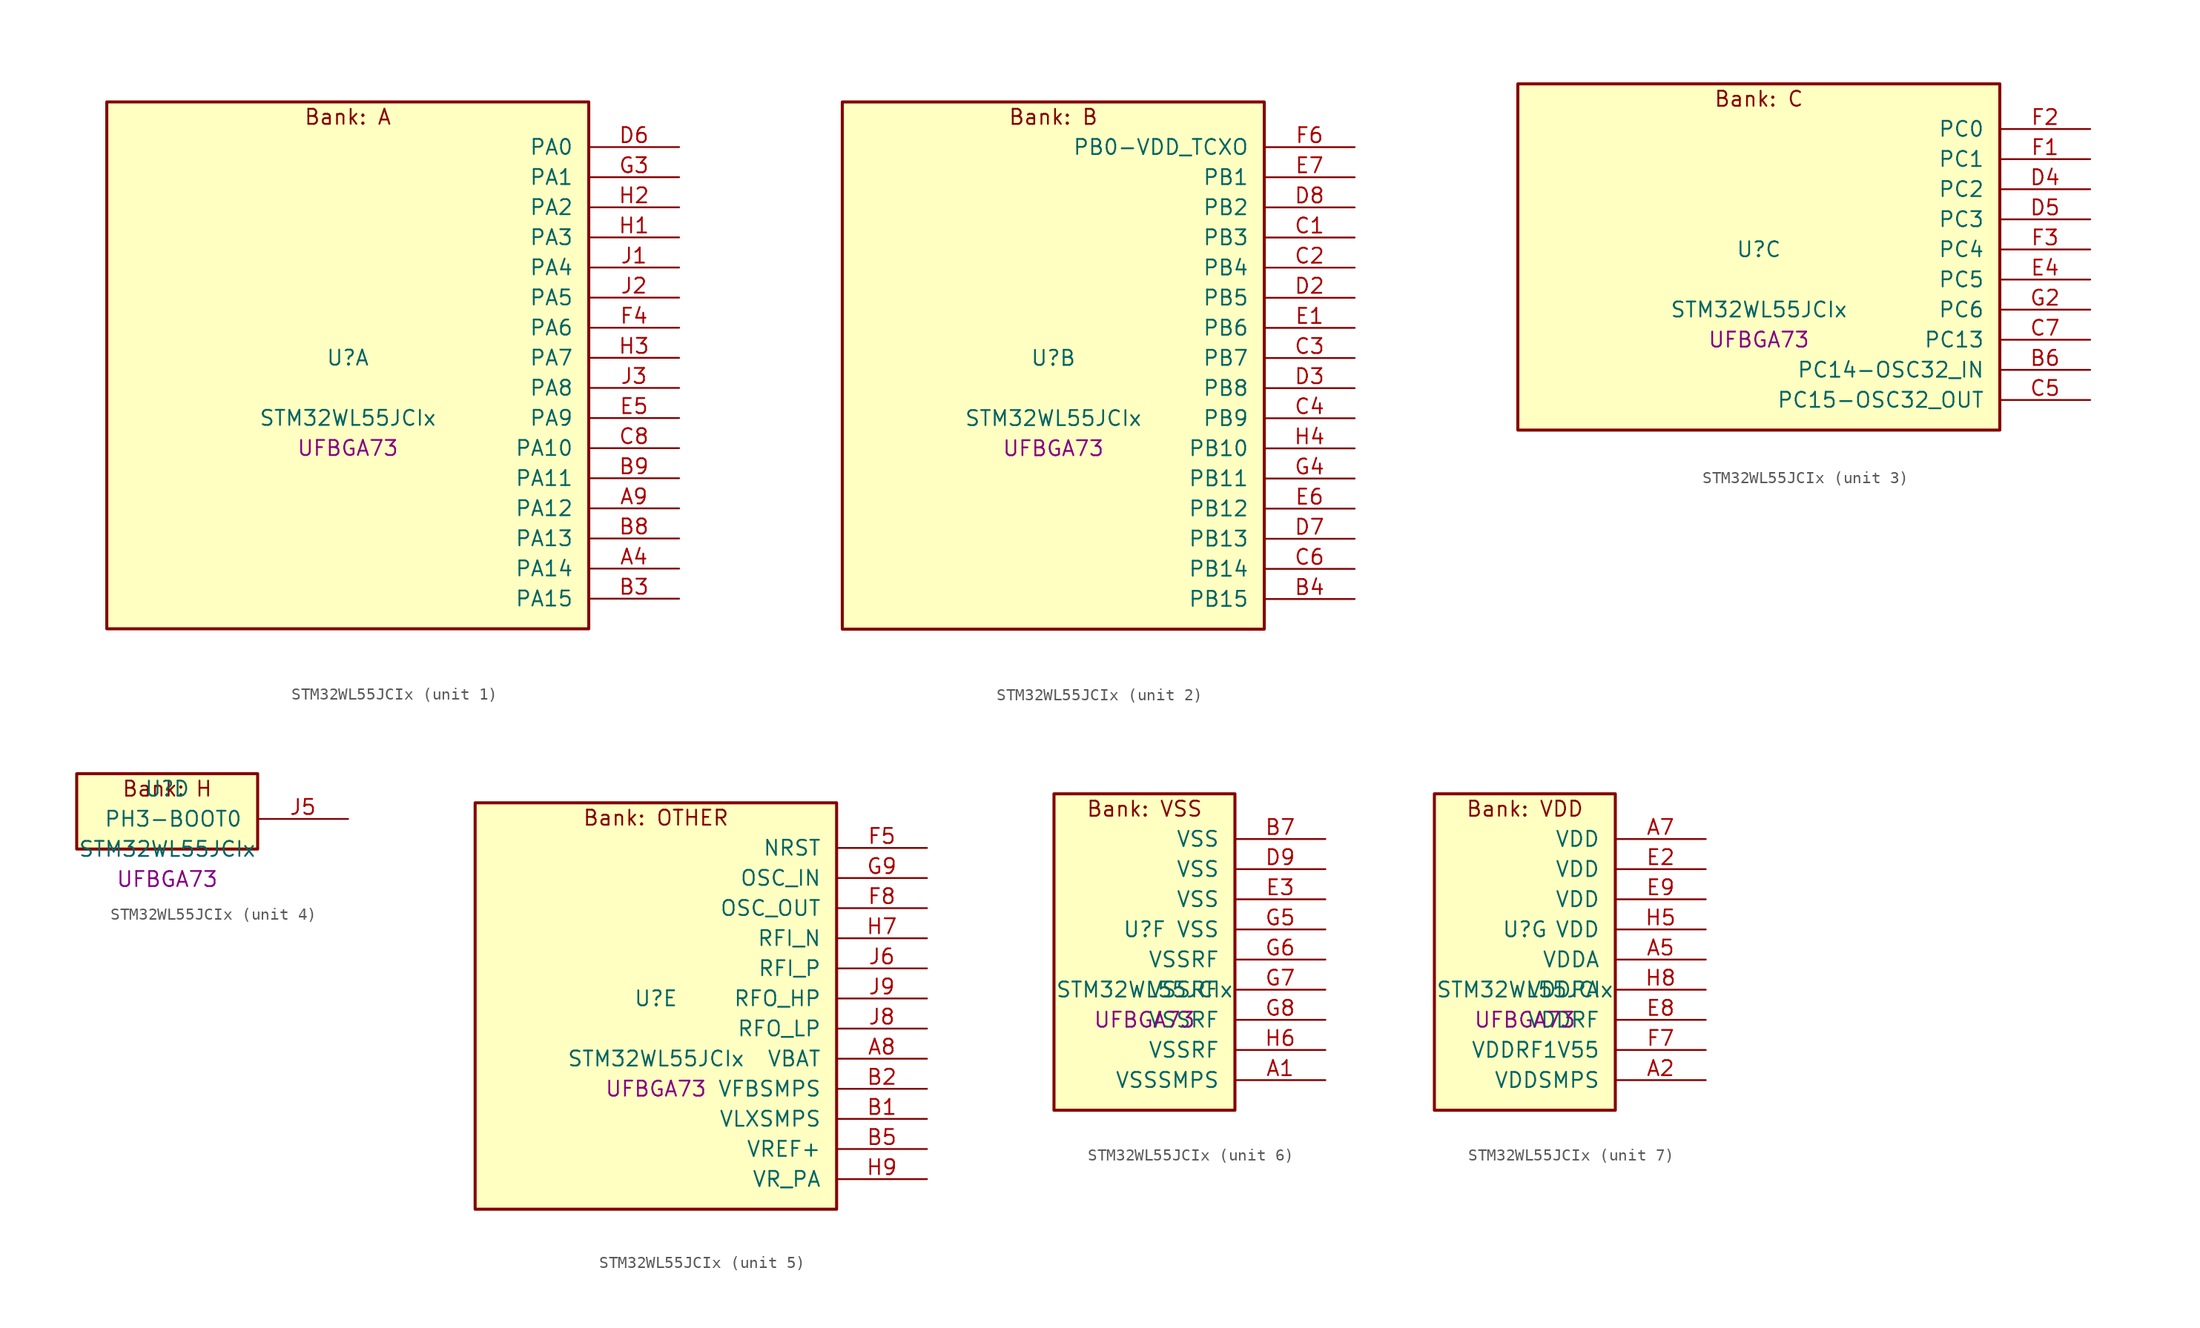
<source format=kicad_sym>
(kicad_symbol_lib
  (version 20241209)
  (generator "stm32_pkl_generator")
  (generator_version "1.0")
  (symbol "STM32WL55JCIx"
    (pin_names
      (offset 1.27))
    (property "Reference" "U"
      (at 0 2.54 0))
    (property "Value" "STM32WL55JCIx"
      (at 0 -2.54 0))
    (property "Footprint" "UFBGA73"
      (at 0 -5.08 0))
    (symbol "STM32WL55JCIx_1_1"
      (rectangle (start -20.32 24.13) (end 20.32 -20.32) (stroke (width 0.254) (type solid)) (fill (type background)))
      (text "Bank: A" (at 0 22.86 0))
      (pin bidirectional line (at 27.94 20.32 180) (length 7.62) (name "PA0") (number "D6") (alternate "PA0/COMP1_OUT" bidirectional line) (alternate "PA0/DEBUG_PWR-REGLP1S" bidirectional line) (alternate "PA0/I2C3_SMBA" bidirectional line) (alternate "PA0/I2S_CKIN" bidirectional line) (alternate "PA0/PWR_WKUP1" bidirectional line) (alternate "PA0/RTC_TAMP_IN2" bidirectional line) (alternate "PA0/TIM2_CH1" bidirectional line) (alternate "PA0/TIM2_ETR" bidirectional line) (alternate "PA0/USART2_CTS" bidirectional line) (alternate "PA0/USART2_NSS" bidirectional line))
      (pin bidirectional line (at 27.94 17.78 180) (length 7.62) (name "PA1") (number "G3") (alternate "PA1/DEBUG_PWR-REGLP2S" bidirectional line) (alternate "PA1/I2C1_SMBA" bidirectional line) (alternate "PA1/LPTIM3_OUT" bidirectional line) (alternate "PA1/LPUART1_RTS" bidirectional line) (alternate "PA1/SPI1_SCK" bidirectional line) (alternate "PA1/TIM2_CH2" bidirectional line) (alternate "PA1/USART2_DE" bidirectional line) (alternate "PA1/USART2_RTS" bidirectional line))
      (pin bidirectional line (at 27.94 15.24 180) (length 7.62) (name "PA2") (number "H2") (alternate "PA2/COMP2_OUT" bidirectional line) (alternate "PA2/DEBUG_PWR-LDORDY" bidirectional line) (alternate "PA2/LPUART1_TX" bidirectional line) (alternate "PA2/RCC_LSCO" bidirectional line) (alternate "PA2/TIM2_CH3" bidirectional line) (alternate "PA2/USART2_TX" bidirectional line))
      (pin bidirectional line (at 27.94 12.7 180) (length 7.62) (name "PA3") (number "H1") (alternate "PA3/I2S2_MCK" bidirectional line) (alternate "PA3/LPUART1_RX" bidirectional line) (alternate "PA3/TIM2_CH4" bidirectional line) (alternate "PA3/USART2_RX" bidirectional line))
      (pin bidirectional line (at 27.94 10.16 180) (length 7.62) (name "PA4") (number "J1") (alternate "PA4/DEBUG_SUBGHZSPI-NSSOUT" bidirectional line) (alternate "PA4/LPTIM1_OUT" bidirectional line) (alternate "PA4/LPTIM2_OUT" bidirectional line) (alternate "PA4/RTC_OUT2" bidirectional line) (alternate "PA4/SPI1_NSS" bidirectional line) (alternate "PA4/USART2_CK" bidirectional line))
      (pin bidirectional line (at 27.94 7.62 180) (length 7.62) (name "PA5") (number "J2") (alternate "PA5/DEBUG_SUBGHZSPI-SCKOUT" bidirectional line) (alternate "PA5/LPTIM2_ETR" bidirectional line) (alternate "PA5/SPI1_SCK" bidirectional line) (alternate "PA5/SPI2_MISO" bidirectional line) (alternate "PA5/TIM2_CH1" bidirectional line) (alternate "PA5/TIM2_ETR" bidirectional line))
      (pin bidirectional line (at 27.94 5.08 180) (length 7.62) (name "PA6") (number "F4") (alternate "PA6/DEBUG_SUBGHZSPI-MISOOUT" bidirectional line) (alternate "PA6/I2C2_SMBA" bidirectional line) (alternate "PA6/LPUART1_CTS" bidirectional line) (alternate "PA6/SPI1_MISO" bidirectional line) (alternate "PA6/TIM16_CH1" bidirectional line) (alternate "PA6/TIM1_BKIN" bidirectional line))
      (pin bidirectional line (at 27.94 2.54 180) (length 7.62) (name "PA7") (number "H3") (alternate "PA7/COMP2_OUT" bidirectional line) (alternate "PA7/DEBUG_SUBGHZSPI-MOSIOUT" bidirectional line) (alternate "PA7/I2C3_SCL" bidirectional line) (alternate "PA7/SPI1_MOSI" bidirectional line) (alternate "PA7/TIM17_CH1" bidirectional line) (alternate "PA7/TIM1_CH1N" bidirectional line))
      (pin bidirectional line (at 27.94 0 180) (length 7.62) (name "PA8") (number "J3") (alternate "PA8/I2S2_CK" bidirectional line) (alternate "PA8/LPTIM2_OUT" bidirectional line) (alternate "PA8/RCC_MCO" bidirectional line) (alternate "PA8/SPI2_SCK" bidirectional line) (alternate "PA8/TIM1_CH1" bidirectional line) (alternate "PA8/USART1_CK" bidirectional line))
      (pin bidirectional line (at 27.94 -2.54 180) (length 7.62) (name "PA9") (number "E5") (alternate "PA9/DAC_EXTI9" bidirectional line) (alternate "PA9/I2C1_SCL" bidirectional line) (alternate "PA9/I2S2_CK" bidirectional line) (alternate "PA9/I2S2_WS" bidirectional line) (alternate "PA9/SPI2_NSS" bidirectional line) (alternate "PA9/SPI2_SCK" bidirectional line) (alternate "PA9/TIM1_CH2" bidirectional line) (alternate "PA9/USART1_TX" bidirectional line))
      (pin bidirectional line (at 27.94 -5.08 180) (length 7.62) (name "PA10") (number "C8") (alternate "PA10/ADC_IN6" bidirectional line) (alternate "PA10/COMP1_INM" bidirectional line) (alternate "PA10/COMP2_INM" bidirectional line) (alternate "PA10/DAC_OUT1" bidirectional line) (alternate "PA10/DEBUG_RF-HSE32RDY" bidirectional line) (alternate "PA10/I2C1_SDA" bidirectional line) (alternate "PA10/I2S2_SD" bidirectional line) (alternate "PA10/RTC_REFIN" bidirectional line) (alternate "PA10/SPI2_MOSI" bidirectional line) (alternate "PA10/TIM17_BKIN" bidirectional line) (alternate "PA10/TIM1_CH3" bidirectional line) (alternate "PA10/USART1_RX" bidirectional line))
      (pin bidirectional line (at 27.94 -7.62 180) (length 7.62) (name "PA11") (number "B9") (alternate "PA11/ADC_EXTI11" bidirectional line) (alternate "PA11/ADC_IN7" bidirectional line) (alternate "PA11/COMP1_INM" bidirectional line) (alternate "PA11/COMP2_INM" bidirectional line) (alternate "PA11/DEBUG_RF-NRESET" bidirectional line) (alternate "PA11/I2C2_SDA" bidirectional line) (alternate "PA11/LPTIM3_ETR" bidirectional line) (alternate "PA11/SPI1_MISO" bidirectional line) (alternate "PA11/TIM1_BKIN2" bidirectional line) (alternate "PA11/TIM1_CH4" bidirectional line) (alternate "PA11/USART1_CTS" bidirectional line) (alternate "PA11/USART1_NSS" bidirectional line))
      (pin bidirectional line (at 27.94 -10.16 180) (length 7.62) (name "PA12") (number "A9") (alternate "PA12/ADC_IN8" bidirectional line) (alternate "PA12/DEBUG_RF-BUSY" bidirectional line) (alternate "PA12/I2C2_SCL" bidirectional line) (alternate "PA12/LPTIM3_IN1" bidirectional line) (alternate "PA12/SPI1_MOSI" bidirectional line) (alternate "PA12/TIM1_ETR" bidirectional line) (alternate "PA12/USART1_DE" bidirectional line) (alternate "PA12/USART1_RTS" bidirectional line))
      (pin bidirectional line (at 27.94 -12.7 180) (length 7.62) (name "PA13") (number "B8") (alternate "PA13/ADC_IN9" bidirectional line) (alternate "PA13/DEBUG_JTMS-SWDIO" bidirectional line) (alternate "PA13/I2C2_SMBA" bidirectional line) (alternate "PA13/IR_OUT" bidirectional line))
      (pin bidirectional line (at 27.94 -15.24 180) (length 7.62) (name "PA14") (number "A4") (alternate "PA14/ADC_IN10" bidirectional line) (alternate "PA14/DEBUG_JTCK-SWCLK" bidirectional line) (alternate "PA14/I2C1_SMBA" bidirectional line) (alternate "PA14/LPTIM1_OUT" bidirectional line))
      (pin bidirectional line (at 27.94 -17.78 180) (length 7.62) (name "PA15") (number "B3") (alternate "PA15/ADC_IN11" bidirectional line) (alternate "PA15/COMP1_INM" bidirectional line) (alternate "PA15/COMP2_INP" bidirectional line) (alternate "PA15/DEBUG_JTDI" bidirectional line) (alternate "PA15/I2C2_SDA" bidirectional line) (alternate "PA15/SPI1_NSS" bidirectional line) (alternate "PA15/TIM2_CH1" bidirectional line) (alternate "PA15/TIM2_ETR" bidirectional line)))
    (symbol "STM32WL55JCIx_2_1"
      (rectangle (start -17.78 24.13) (end 17.78 -20.32) (stroke (width 0.254) (type solid)) (fill (type background)))
      (text "Bank: B" (at 0 22.86 0))
      (pin bidirectional line (at 25.4 20.32 180) (length 7.62) (name "PB0-VDD_TCXO") (number "F6") (alternate "PB0-VDD_TCXO/COMP1_OUT" bidirectional line) (alternate "PB0-VDD_TCXO/VDDTCXO" bidirectional line))
      (pin bidirectional line (at 25.4 17.78 180) (length 7.62) (name "PB1") (number "E7") (alternate "PB1/ADC_IN5" bidirectional line) (alternate "PB1/COMP2_INP" bidirectional line) (alternate "PB1/LPTIM2_IN1" bidirectional line) (alternate "PB1/LPUART1_DE" bidirectional line) (alternate "PB1/LPUART1_RTS" bidirectional line))
      (pin bidirectional line (at 25.4 15.24 180) (length 7.62) (name "PB2") (number "D8") (alternate "PB2/ADC_IN4" bidirectional line) (alternate "PB2/COMP1_INP" bidirectional line) (alternate "PB2/COMP2_INM" bidirectional line) (alternate "PB2/DEBUG_RF-SMPSRDY" bidirectional line) (alternate "PB2/I2C3_SMBA" bidirectional line) (alternate "PB2/LPTIM1_OUT" bidirectional line) (alternate "PB2/SPI1_NSS" bidirectional line))
      (pin bidirectional line (at 25.4 12.7 180) (length 7.62) (name "PB3") (number "C1") (alternate "PB3/ADC_IN2" bidirectional line) (alternate "PB3/COMP1_INM" bidirectional line) (alternate "PB3/COMP2_INM" bidirectional line) (alternate "PB3/DEBUG_JTDO-SWO" bidirectional line) (alternate "PB3/DEBUG_RF-DTB1" bidirectional line) (alternate "PB3/PWR_WKUP3" bidirectional line) (alternate "PB3/RTC_TAMP_IN3" bidirectional line) (alternate "PB3/SPI1_SCK" bidirectional line) (alternate "PB3/TIM2_CH2" bidirectional line) (alternate "PB3/USART1_DE" bidirectional line) (alternate "PB3/USART1_RTS" bidirectional line))
      (pin bidirectional line (at 25.4 10.16 180) (length 7.62) (name "PB4") (number "C2") (alternate "PB4/ADC_IN3" bidirectional line) (alternate "PB4/COMP1_INP" bidirectional line) (alternate "PB4/COMP2_INP" bidirectional line) (alternate "PB4/DEBUG_JTRST" bidirectional line) (alternate "PB4/DEBUG_RF-LDORDY" bidirectional line) (alternate "PB4/I2C3_SDA" bidirectional line) (alternate "PB4/SPI1_MISO" bidirectional line) (alternate "PB4/TIM17_BKIN" bidirectional line) (alternate "PB4/USART1_CTS" bidirectional line) (alternate "PB4/USART1_NSS" bidirectional line))
      (pin bidirectional line (at 25.4 7.62 180) (length 7.62) (name "PB5") (number "D2") (alternate "PB5/COMP2_OUT" bidirectional line) (alternate "PB5/I2C1_SMBA" bidirectional line) (alternate "PB5/LPTIM1_IN1" bidirectional line) (alternate "PB5/SPI1_MOSI" bidirectional line) (alternate "PB5/TIM16_BKIN" bidirectional line) (alternate "PB5/USART1_CK" bidirectional line))
      (pin bidirectional line (at 25.4 5.08 180) (length 7.62) (name "PB6") (number "E1") (alternate "PB6/I2C1_SCL" bidirectional line) (alternate "PB6/LPTIM1_ETR" bidirectional line) (alternate "PB6/TIM16_CH1N" bidirectional line) (alternate "PB6/USART1_TX" bidirectional line))
      (pin bidirectional line (at 25.4 2.54 180) (length 7.62) (name "PB7") (number "C3") (alternate "PB7/I2C1_SDA" bidirectional line) (alternate "PB7/LPTIM1_IN2" bidirectional line) (alternate "PB7/PWR_PVD_IN" bidirectional line) (alternate "PB7/TIM17_CH1N" bidirectional line) (alternate "PB7/TIM1_BKIN" bidirectional line) (alternate "PB7/USART1_RX" bidirectional line))
      (pin bidirectional line (at 25.4 0 180) (length 7.62) (name "PB8") (number "D3") (alternate "PB8/I2C1_SCL" bidirectional line) (alternate "PB8/TIM16_CH1" bidirectional line) (alternate "PB8/TIM1_CH2N" bidirectional line))
      (pin bidirectional line (at 25.4 -2.54 180) (length 7.62) (name "PB9") (number "C4") (alternate "PB9/DAC_EXTI9" bidirectional line) (alternate "PB9/I2C1_SDA" bidirectional line) (alternate "PB9/I2S2_WS" bidirectional line) (alternate "PB9/IR_OUT" bidirectional line) (alternate "PB9/SPI2_NSS" bidirectional line) (alternate "PB9/TIM17_CH1" bidirectional line) (alternate "PB9/TIM1_CH3N" bidirectional line))
      (pin bidirectional line (at 25.4 -5.08 180) (length 7.62) (name "PB10") (number "H4") (alternate "PB10/COMP1_OUT" bidirectional line) (alternate "PB10/I2C3_SCL" bidirectional line) (alternate "PB10/I2S2_CK" bidirectional line) (alternate "PB10/LPUART1_RX" bidirectional line) (alternate "PB10/SPI2_SCK" bidirectional line) (alternate "PB10/TIM2_CH3" bidirectional line))
      (pin bidirectional line (at 25.4 -7.62 180) (length 7.62) (name "PB11") (number "G4") (alternate "PB11/ADC_EXTI11" bidirectional line) (alternate "PB11/COMP2_OUT" bidirectional line) (alternate "PB11/I2C3_SDA" bidirectional line) (alternate "PB11/LPUART1_TX" bidirectional line) (alternate "PB11/TIM2_CH4" bidirectional line))
      (pin bidirectional line (at 25.4 -10.16 180) (length 7.62) (name "PB12") (number "E6") (alternate "PB12/I2C3_SMBA" bidirectional line) (alternate "PB12/I2S2_WS" bidirectional line) (alternate "PB12/LPUART1_RTS" bidirectional line) (alternate "PB12/SPI2_NSS" bidirectional line) (alternate "PB12/TIM1_BKIN" bidirectional line))
      (pin bidirectional line (at 25.4 -12.7 180) (length 7.62) (name "PB13") (number "D7") (alternate "PB13/ADC_IN0" bidirectional line) (alternate "PB13/I2C3_SCL" bidirectional line) (alternate "PB13/I2S2_CK" bidirectional line) (alternate "PB13/LPUART1_CTS" bidirectional line) (alternate "PB13/SPI2_SCK" bidirectional line) (alternate "PB13/TIM1_CH1N" bidirectional line))
      (pin bidirectional line (at 25.4 -15.24 180) (length 7.62) (name "PB14") (number "C6") (alternate "PB14/ADC_IN1" bidirectional line) (alternate "PB14/I2C3_SDA" bidirectional line) (alternate "PB14/I2S2_MCK" bidirectional line) (alternate "PB14/SPI2_MISO" bidirectional line) (alternate "PB14/TIM1_CH2N" bidirectional line))
      (pin bidirectional line (at 25.4 -17.78 180) (length 7.62) (name "PB15") (number "B4") (alternate "PB15/I2C2_SCL" bidirectional line) (alternate "PB15/I2S2_SD" bidirectional line) (alternate "PB15/SPI2_MOSI" bidirectional line) (alternate "PB15/TIM1_CH3N" bidirectional line)))
    (symbol "STM32WL55JCIx_3_1"
      (rectangle (start -20.32 16.51) (end 20.32 -12.7) (stroke (width 0.254) (type solid)) (fill (type background)))
      (text "Bank: C" (at 0 15.24 0))
      (pin bidirectional line (at 27.94 12.7 180) (length 7.62) (name "PC0") (number "F2") (alternate "PC0/I2C3_SCL" bidirectional line) (alternate "PC0/LPTIM1_IN1" bidirectional line) (alternate "PC0/LPTIM2_IN1" bidirectional line) (alternate "PC0/LPUART1_RX" bidirectional line))
      (pin bidirectional line (at 27.94 10.16 180) (length 7.62) (name "PC1") (number "F1") (alternate "PC1/I2C3_SDA" bidirectional line) (alternate "PC1/I2S2_SD" bidirectional line) (alternate "PC1/LPTIM1_OUT" bidirectional line) (alternate "PC1/LPUART1_TX" bidirectional line) (alternate "PC1/SPI2_MOSI" bidirectional line))
      (pin bidirectional line (at 27.94 7.62 180) (length 7.62) (name "PC2") (number "D4") (alternate "PC2/LPTIM1_IN2" bidirectional line) (alternate "PC2/SPI2_MISO" bidirectional line))
      (pin bidirectional line (at 27.94 5.08 180) (length 7.62) (name "PC3") (number "D5") (alternate "PC3/I2S2_SD" bidirectional line) (alternate "PC3/LPTIM1_ETR" bidirectional line) (alternate "PC3/LPTIM2_ETR" bidirectional line) (alternate "PC3/SPI2_MOSI" bidirectional line))
      (pin bidirectional line (at 27.94 2.54 180) (length 7.62) (name "PC4") (number "F3"))
      (pin bidirectional line (at 27.94 0 180) (length 7.62) (name "PC5") (number "E4"))
      (pin bidirectional line (at 27.94 -2.54 180) (length 7.62) (name "PC6") (number "G2") (alternate "PC6/I2S2_MCK" bidirectional line))
      (pin bidirectional line (at 27.94 -5.08 180) (length 7.62) (name "PC13") (number "C7") (alternate "PC13/PWR_WKUP2" bidirectional line) (alternate "PC13/RTC_OUT1" bidirectional line) (alternate "PC13/RTC_TAMP_IN1" bidirectional line) (alternate "PC13/RTC_TS" bidirectional line))
      (pin bidirectional line (at 27.94 -7.62 180) (length 7.62) (name "PC14-OSC32_IN") (number "B6") (alternate "PC14-OSC32_IN/RCC_OSC32_IN" bidirectional line))
      (pin bidirectional line (at 27.94 -10.16 180) (length 7.62) (name "PC15-OSC32_OUT") (number "C5") (alternate "PC15-OSC32_OUT/RCC_OSC32_OUT" bidirectional line)))
    (symbol "STM32WL55JCIx_4_1"
      (rectangle (start -7.62 3.81) (end 7.62 -2.54) (stroke (width 0.254) (type solid)) (fill (type background)))
      (text "Bank: H" (at 0 2.54 0))
      (pin bidirectional line (at 15.24 0 180) (length 7.62) (name "PH3-BOOT0") (number "J5")))
    (symbol "STM32WL55JCIx_5_1"
      (rectangle (start -15.24 19.05) (end 15.24 -15.24) (stroke (width 0.254) (type solid)) (fill (type background)))
      (text "Bank: OTHER" (at 0 17.78 0))
      (pin input line (at 22.86 15.24 180) (length 7.62) (name "NRST") (number "F5"))
      (pin bidirectional line (at 22.86 12.7 180) (length 7.62) (name "OSC_IN") (number "G9") (alternate "OSC_IN/RCC_OSC_IN" bidirectional line))
      (pin bidirectional line (at 22.86 10.16 180) (length 7.62) (name "OSC_OUT") (number "F8") (alternate "OSC_OUT/RCC_OSC_OUT" bidirectional line))
      (pin bidirectional line (at 22.86 7.62 180) (length 7.62) (name "RFI_N") (number "H7"))
      (pin bidirectional line (at 22.86 5.08 180) (length 7.62) (name "RFI_P") (number "J6"))
      (pin bidirectional line (at 22.86 2.54 180) (length 7.62) (name "RFO_HP") (number "J9"))
      (pin bidirectional line (at 22.86 0 180) (length 7.62) (name "RFO_LP") (number "J8"))
      (pin power_in line (at 22.86 -2.54 180) (length 7.62) (name "VBAT") (number "A8"))
      (pin power_in line (at 22.86 -5.08 180) (length 7.62) (name "VFBSMPS") (number "B2"))
      (pin power_in line (at 22.86 -7.62 180) (length 7.62) (name "VLXSMPS") (number "B1"))
      (pin bidirectional line (at 22.86 -10.16 180) (length 7.62) (name "VREF+") (number "B5") (alternate "VREF+/VREFBUF_OUT" bidirectional line))
      (pin power_in line (at 22.86 -12.7 180) (length 7.62) (name "VR_PA") (number "H9")))
    (symbol "STM32WL55JCIx_6_1"
      (rectangle (start -7.62 13.97) (end 7.62 -12.7) (stroke (width 0.254) (type solid)) (fill (type background)))
      (text "Bank: VSS" (at 0 12.7 0))
      (pin power_in line (at 15.24 10.16 180) (length 7.62) (name "VSS") (number "B7"))
      (pin power_in line (at 15.24 7.62 180) (length 7.62) (name "VSS") (number "D9"))
      (pin power_in line (at 15.24 5.08 180) (length 7.62) (name "VSS") (number "E3"))
      (pin power_in line (at 15.24 2.54 180) (length 7.62) (name "VSS") (number "G5"))
      (pin power_in line (at 15.24 0 180) (length 7.62) (name "VSSRF") (number "G6"))
      (pin power_in line (at 15.24 -2.54 180) (length 7.62) (name "VSSRF") (number "G7"))
      (pin power_in line (at 15.24 -5.08 180) (length 7.62) (name "VSSRF") (number "G8"))
      (pin power_in line (at 15.24 -7.62 180) (length 7.62) (name "VSSRF") (number "H6"))
      (pin power_in line (at 15.24 -10.16 180) (length 7.62) (name "VSSSMPS") (number "A1")))
    (symbol "STM32WL55JCIx_7_1"
      (rectangle (start -7.62 13.97) (end 7.62 -12.7) (stroke (width 0.254) (type solid)) (fill (type background)))
      (text "Bank: VDD" (at 0 12.7 0))
      (pin power_in line (at 15.24 10.16 180) (length 7.62) (name "VDD") (number "A7"))
      (pin power_in line (at 15.24 7.62 180) (length 7.62) (name "VDD") (number "E2"))
      (pin power_in line (at 15.24 5.08 180) (length 7.62) (name "VDD") (number "E9"))
      (pin power_in line (at 15.24 2.54 180) (length 7.62) (name "VDD") (number "H5"))
      (pin power_in line (at 15.24 0 180) (length 7.62) (name "VDDA") (number "A5"))
      (pin power_in line (at 15.24 -2.54 180) (length 7.62) (name "VDDPA") (number "H8"))
      (pin power_in line (at 15.24 -5.08 180) (length 7.62) (name "VDDRF") (number "E8"))
      (pin power_in line (at 15.24 -7.62 180) (length 7.62) (name "VDDRF1V55") (number "F7"))
      (pin power_in line (at 15.24 -10.16 180) (length 7.62) (name "VDDSMPS") (number "A2")))))
</source>
